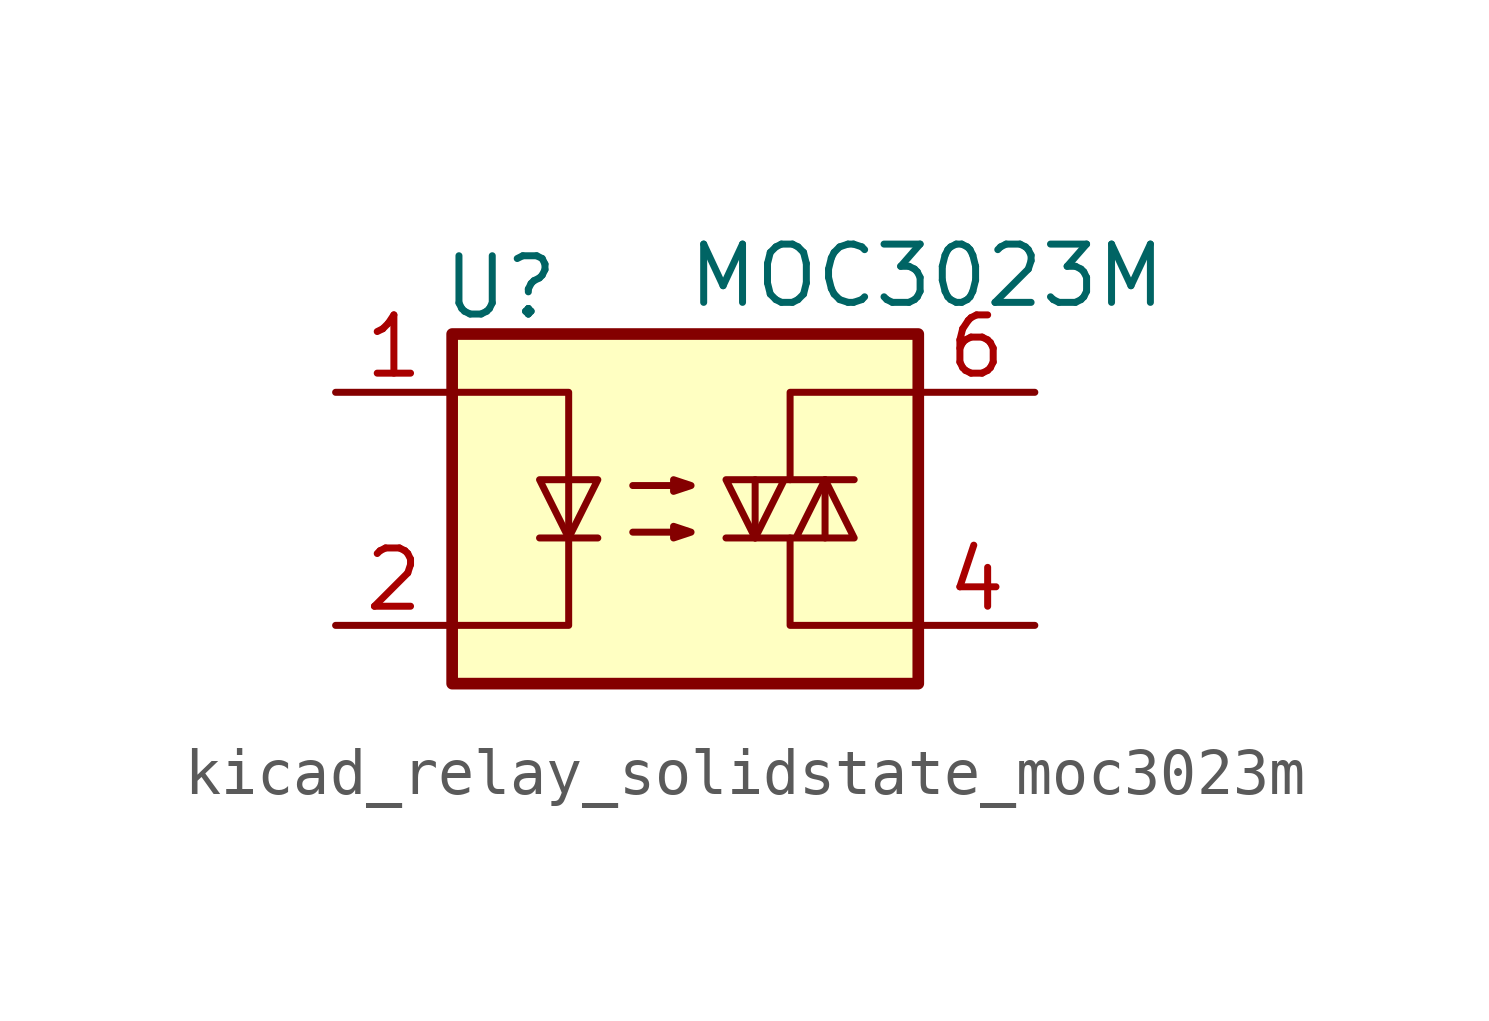
<source format=kicad_sym>
(kicad_symbol_lib
  (version 20220914)
  (generator kicad_symbol_editor)
  (symbol "kicad_relay_solidstate_moc3023m"
    (property "Reference" "U"
      (at -5.334 4.826 0)
      (effects (font (size 1.27 1.27)) (justify left)))
    (property "Value" "MOC3023M"
      (at 0 5.08 0)
      (effects (font (size 1.27 1.27)) (justify left)))
    (symbol "kicad_relay_solidstate_moc3023m_0_1"
      (rectangle (start -5.08 3.81) (end 5.08 -3.81) (stroke (width 0.254) (type default)) (fill (type background)))
      (polyline (pts (xy -3.175 -0.635) (xy -1.905 -0.635)) (stroke (width 0) (type default)) (fill (type none)))
      (polyline (pts (xy 1.524 -0.635) (xy 1.524 0.635)) (stroke (width 0) (type default)) (fill (type none)))
      (polyline (pts (xy 3.048 0.635) (xy 3.048 -0.635)) (stroke (width 0) (type default)) (fill (type none)))
      (polyline (pts (xy 2.286 -0.635) (xy 2.286 -2.54) (xy 5.08 -2.54)) (stroke (width 0) (type default)) (fill (type none)))
      (polyline (pts (xy 2.286 0.635) (xy 2.286 2.54) (xy 5.08 2.54)) (stroke (width 0) (type default)) (fill (type none)))
      (polyline (pts (xy -5.08 2.54) (xy -2.54 2.54) (xy -2.54 -2.54) (xy -5.08 -2.54)) (stroke (width 0) (type default)) (fill (type none)))
      (polyline (pts (xy -2.54 -0.635) (xy -3.175 0.635) (xy -1.905 0.635) (xy -2.54 -0.635)) (stroke (width 0) (type default)) (fill (type none)))
      (polyline (pts (xy 0.889 -0.635) (xy 3.683 -0.635) (xy 3.048 0.635) (xy 2.413 -0.635)) (stroke (width 0) (type default)) (fill (type none)))
      (polyline (pts (xy 3.683 0.635) (xy 0.889 0.635) (xy 1.524 -0.635) (xy 2.159 0.635)) (stroke (width 0) (type default)) (fill (type none)))
      (polyline (pts (xy -1.143 -0.508) (xy 0.127 -0.508) (xy -0.254 -0.635) (xy -0.254 -0.381) (xy 0.127 -0.508)) (stroke (width 0) (type default)) (fill (type none)))
      (polyline (pts (xy -1.143 0.508) (xy 0.127 0.508) (xy -0.254 0.381) (xy -0.254 0.635) (xy 0.127 0.508)) (stroke (width 0) (type default)) (fill (type none))))
    (symbol "kicad_relay_solidstate_moc3023m_1_1"
      (pin passive line (at -7.62 2.54 0) (length 2.54) (name "~" (effects (font (size 1.27 1.27)))) (number "1" (effects (font (size 1.27 1.27)))))
      (pin passive line (at -7.62 -2.54 0) (length 2.54) (name "~" (effects (font (size 1.27 1.27)))) (number "2" (effects (font (size 1.27 1.27)))))
      (pin no_connect line (at -5.08 0 0) (length 2.54) hide (name "NC" (effects (font (size 1.27 1.27)))) (number "3" (effects (font (size 1.27 1.27)))))
      (pin passive line (at 7.62 -2.54 180) (length 2.54) (name "~" (effects (font (size 1.27 1.27)))) (number "4" (effects (font (size 1.27 1.27)))))
      (pin no_connect line (at 5.08 0 180) (length 2.54) hide (name "NC" (effects (font (size 1.27 1.27)))) (number "5" (effects (font (size 1.27 1.27)))))
      (pin passive line (at 7.62 2.54 180) (length 2.54) (name "~" (effects (font (size 1.27 1.27)))) (number "6" (effects (font (size 1.27 1.27))))))))
</source>
